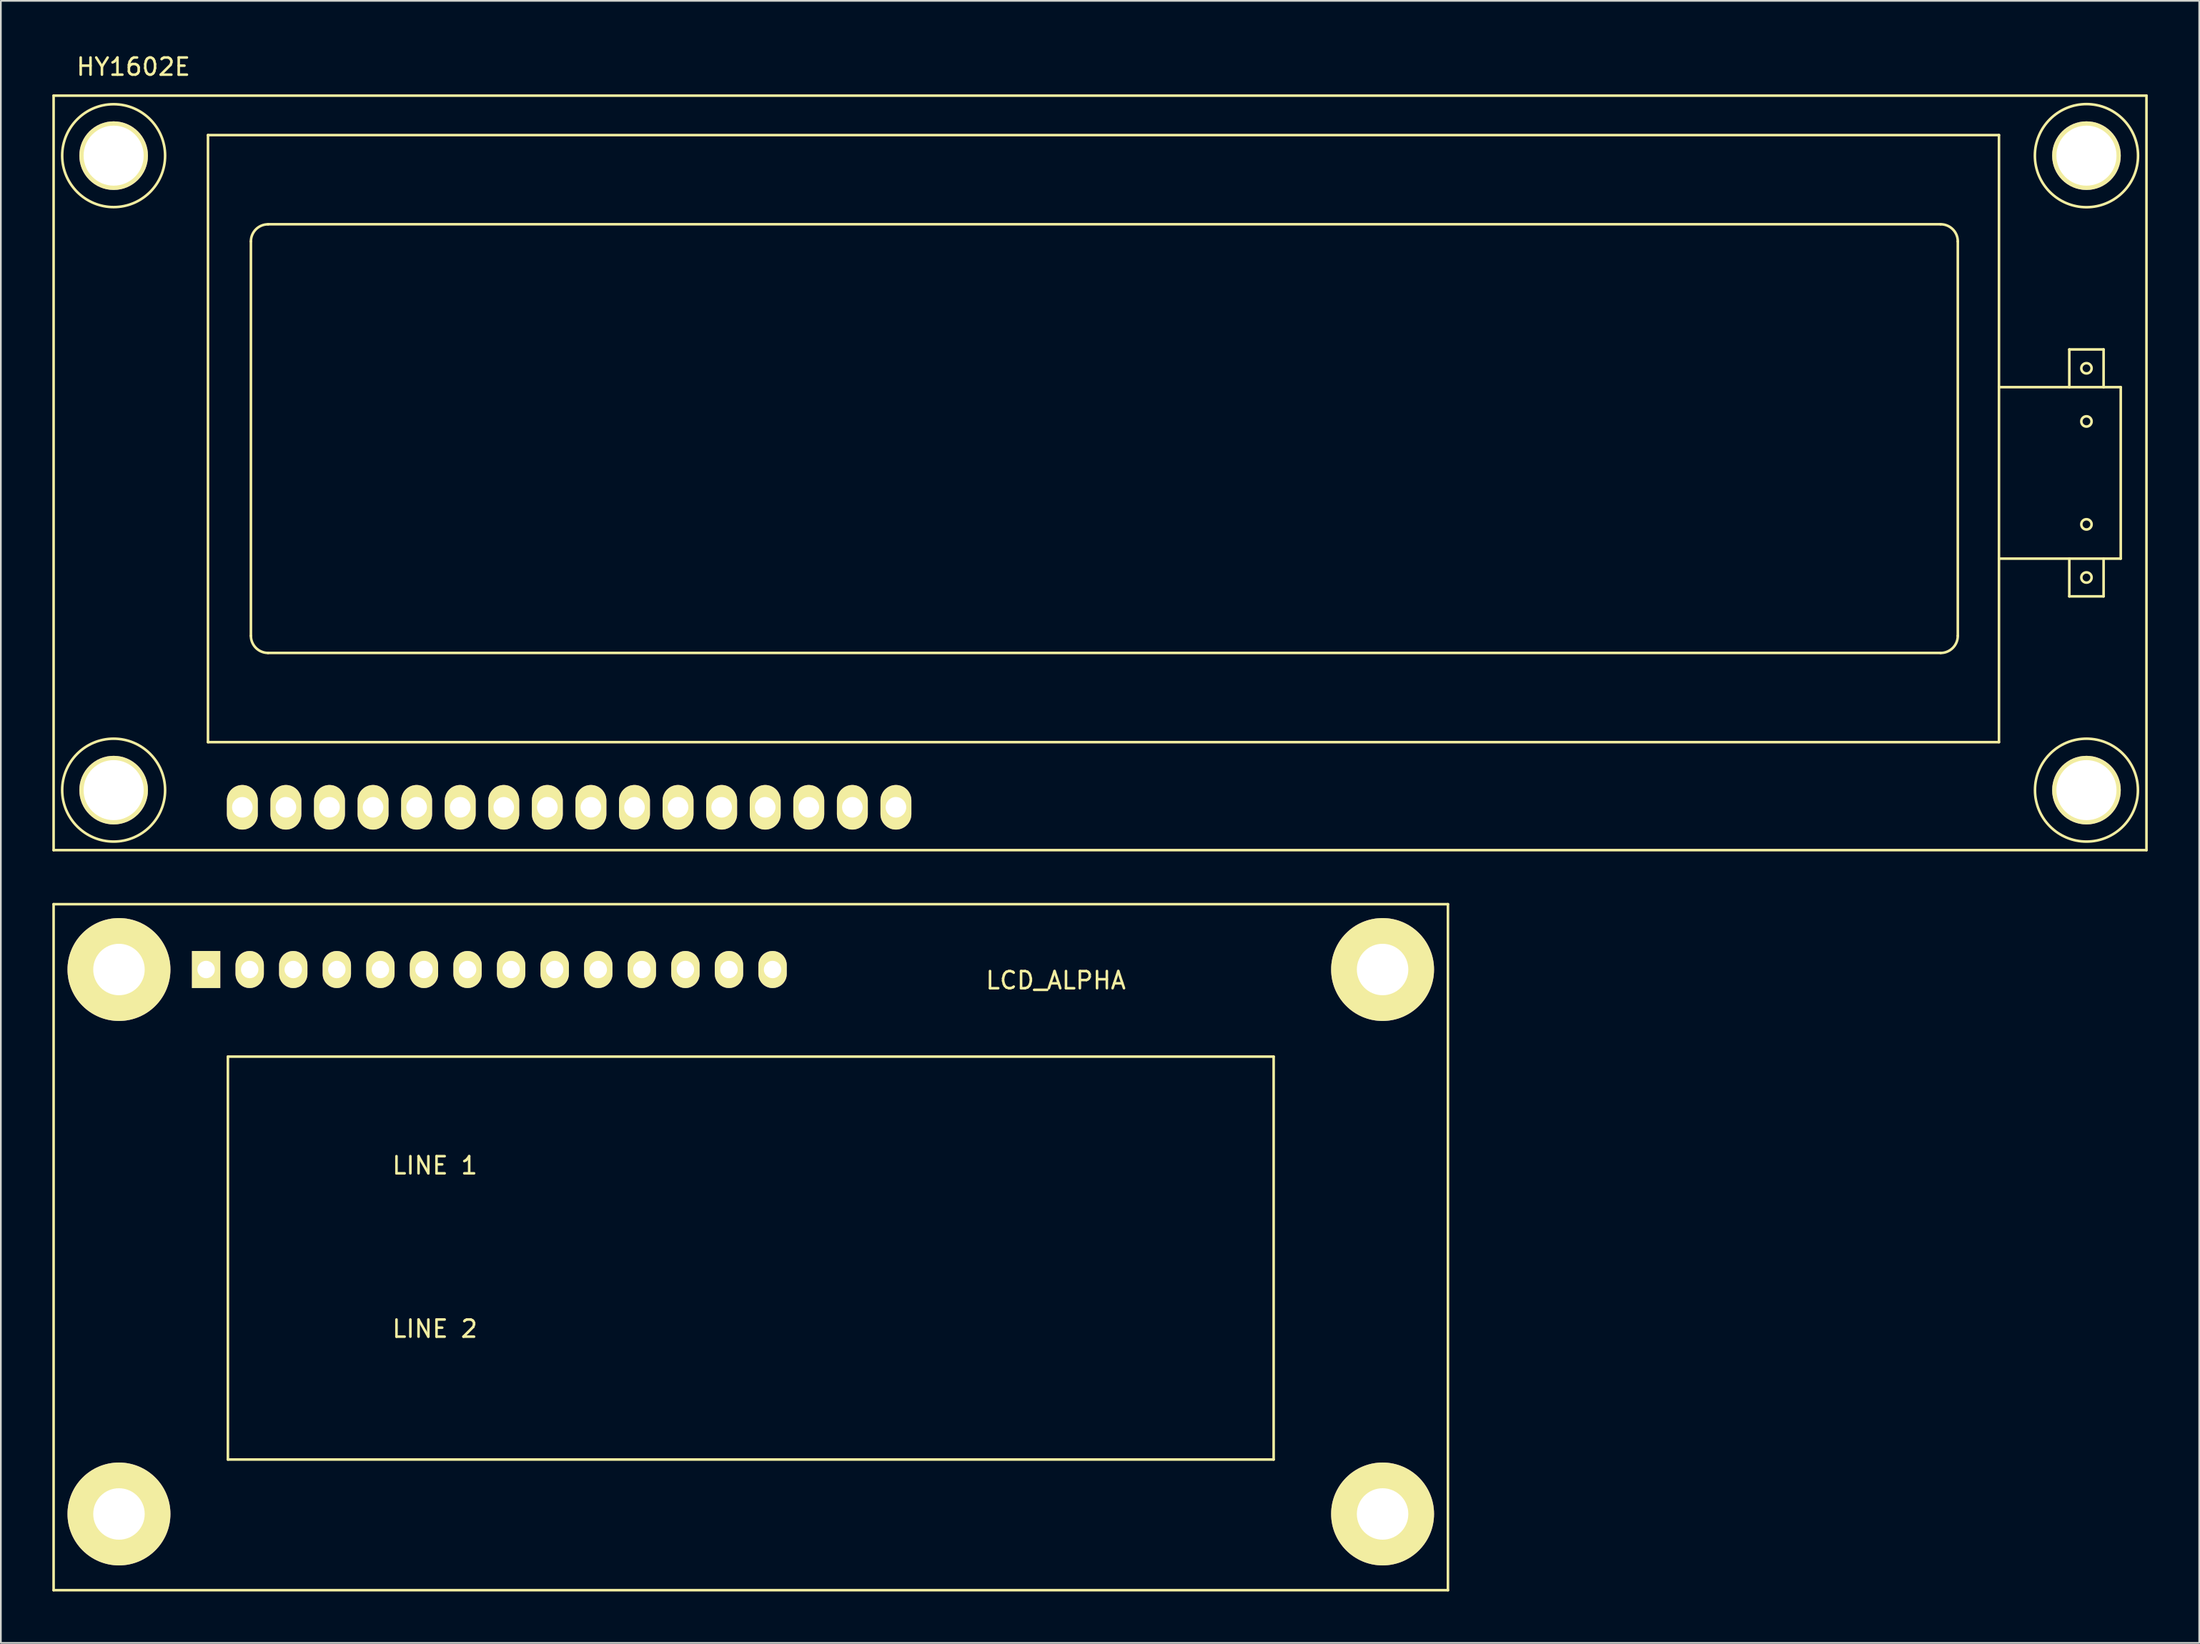
<source format=kicad_pcb>
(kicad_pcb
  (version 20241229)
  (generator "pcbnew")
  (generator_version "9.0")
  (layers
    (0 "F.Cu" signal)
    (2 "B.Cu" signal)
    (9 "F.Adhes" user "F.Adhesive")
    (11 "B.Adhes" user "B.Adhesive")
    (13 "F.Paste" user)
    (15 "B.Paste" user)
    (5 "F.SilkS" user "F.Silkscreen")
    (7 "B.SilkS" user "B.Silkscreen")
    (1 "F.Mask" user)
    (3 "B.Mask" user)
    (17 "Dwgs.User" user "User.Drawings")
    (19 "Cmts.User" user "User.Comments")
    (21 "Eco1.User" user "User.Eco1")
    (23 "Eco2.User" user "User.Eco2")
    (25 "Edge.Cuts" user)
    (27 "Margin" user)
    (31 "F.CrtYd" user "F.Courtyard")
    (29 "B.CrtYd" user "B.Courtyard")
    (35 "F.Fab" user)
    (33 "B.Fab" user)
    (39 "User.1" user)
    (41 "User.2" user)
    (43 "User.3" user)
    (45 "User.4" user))
  (footprint "HY1602E"
    (layer "F.Cu")
    (at 49.176 44.028)
    (property "Reference" "HY1602E" (at -44.45 -43.18 0) (layer "F.SilkS") (effects (font (size 1 1) (thickness 0.15))))
    (attr through_hole)
    (fp_line (start -49.101 -41.501) (end -49.101 2.499) (stroke (width 0.15) (type solid)) (layer "F.SilkS"))
    (fp_line (start -49.101 2.499) (end 72.898 2.499) (stroke (width 0.15) (type solid)) (layer "F.SilkS"))
    (fp_line (start -40.102 -39.2) (end 64.3 -39.2) (stroke (width 0.15) (type solid)) (layer "F.SilkS"))
    (fp_line (start -40.102 -3.8) (end -40.102 -39.2) (stroke (width 0.15) (type solid)) (layer "F.SilkS"))
    (fp_line (start -37.6 -10) (end -37.6 -33) (stroke (width 0.15) (type solid)) (layer "F.SilkS"))
    (fp_line (start -36.601 -34) (end 60.899 -34) (stroke (width 0.15) (type solid)) (layer "F.SilkS"))
    (fp_line (start 60.899 -9.002) (end -36.601 -9.002) (stroke (width 0.15) (type solid)) (layer "F.SilkS"))
    (fp_line (start 61.9 -33) (end 61.9 -10) (stroke (width 0.15) (type solid)) (layer "F.SilkS"))
    (fp_line (start 64.3 -39.2) (end 64.3 -3.8) (stroke (width 0.15) (type solid)) (layer "F.SilkS"))
    (fp_line (start 64.3 -24.501) (end 71.399 -24.501) (stroke (width 0.15) (type solid)) (layer "F.SilkS"))
    (fp_line (start 64.3 -3.8) (end -40.102 -3.8) (stroke (width 0.15) (type solid)) (layer "F.SilkS"))
    (fp_line (start 68.4 -26.7) (end 70.399 -26.7) (stroke (width 0.15) (type solid)) (layer "F.SilkS"))
    (fp_line (start 68.4 -24.501) (end 68.4 -26.7) (stroke (width 0.15) (type solid)) (layer "F.SilkS"))
    (fp_line (start 68.4 -14.501) (end 68.4 -12.301) (stroke (width 0.15) (type solid)) (layer "F.SilkS"))
    (fp_line (start 68.4 -12.301) (end 70.399 -12.301) (stroke (width 0.15) (type solid)) (layer "F.SilkS"))
    (fp_line (start 70.399 -26.7) (end 70.399 -24.501) (stroke (width 0.15) (type solid)) (layer "F.SilkS"))
    (fp_line (start 70.399 -12.301) (end 70.399 -14.501) (stroke (width 0.15) (type solid)) (layer "F.SilkS"))
    (fp_line (start 71.399 -24.501) (end 71.399 -14.501) (stroke (width 0.15) (type solid)) (layer "F.SilkS"))
    (fp_line (start 71.399 -14.501) (end 64.3 -14.501) (stroke (width 0.15) (type solid)) (layer "F.SilkS"))
    (fp_line (start 72.898 -41.501) (end -49.101 -41.501) (stroke (width 0.15) (type solid)) (layer "F.SilkS"))
    (fp_line (start 72.898 2.499) (end 72.898 -41.501) (stroke (width 0.15) (type solid)) (layer "F.SilkS"))
    (fp_arc (start -37.59962 -32.99968) (mid -37.307248 -33.705528) (end -36.6014 -33.9979) (stroke (width 0.15) (type solid)) (layer "F.SilkS"))
    (fp_arc (start -36.6014 -9.00176) (mid -37.307248 -9.294132) (end -37.59962 -9.99998) (stroke (width 0.15) (type solid)) (layer "F.SilkS"))
    (fp_arc (start 60.89904 -34.00044) (mid 61.606684 -33.707324) (end 61.8998 -32.99968) (stroke (width 0.15) (type solid)) (layer "F.SilkS"))
    (fp_arc (start 61.8998 -9.99998) (mid 61.606684 -9.292336) (end 60.89904 -8.99922) (stroke (width 0.15) (type solid)) (layer "F.SilkS"))
    (fp_circle (center -45.601 -38.001) (end -42.601 -38.001) (stroke (width 0.15) (type solid)) (fill no) (layer "F.SilkS"))
    (fp_circle (center -45.601 -1.001) (end -42.601 -1.001) (stroke (width 0.15) (type solid)) (fill no) (layer "F.SilkS"))
    (fp_circle (center 69.4 -38.001) (end 72.4 -37.8) (stroke (width 0.15) (type solid)) (fill no) (layer "F.SilkS"))
    (fp_circle (center 69.4 -25.601) (end 69.7 -25.601) (stroke (width 0.15) (type solid)) (fill no) (layer "F.SilkS"))
    (fp_circle (center 69.4 -22.502) (end 69.7 -22.502) (stroke (width 0.15) (type solid)) (fill no) (layer "F.SilkS"))
    (fp_circle (center 69.4 -16.5) (end 69.7 -16.5) (stroke (width 0.15) (type solid)) (fill no) (layer "F.SilkS"))
    (fp_circle (center 69.4 -13.401) (end 69.7 -13.401) (stroke (width 0.15) (type solid)) (fill no) (layer "F.SilkS"))
    (fp_circle (center 69.4 -1.001) (end 72.4 -1.001) (stroke (width 0.15) (type solid)) (fill no) (layer "F.SilkS"))
    (pad "0" thru_hole circle (at -45.601 -38.001) (size 4 4) (drill 3.5) (layers "*.Cu" "*.Mask" "F.SilkS"))
    (pad "0" thru_hole circle (at -45.601 -1.001) (size 4 4) (drill 3.5) (layers "*.Cu" "*.Mask" "F.SilkS"))
    (pad "0" thru_hole circle (at 69.4 -38.001) (size 4 4) (drill 3.5) (layers "*.Cu" "*.Mask" "F.SilkS"))
    (pad "0" thru_hole circle (at 69.4 -1.001) (size 4 4) (drill 3.5) (layers "*.Cu" "*.Mask" "F.SilkS"))
    (pad "1" thru_hole oval (at 0 0) (size 1.8 2.6) (drill 1.2) (layers "*.Cu" "*.Mask" "F.SilkS"))
    (pad "2" thru_hole oval (at -2.54 0) (size 1.8 2.6) (drill 1.2) (layers "*.Cu" "*.Mask" "F.SilkS"))
    (pad "3" thru_hole oval (at -5.08 0) (size 1.8 2.6) (drill 1.2) (layers "*.Cu" "*.Mask" "F.SilkS"))
    (pad "4" thru_hole oval (at -7.62 0) (size 1.8 2.6) (drill 1.2) (layers "*.Cu" "*.Mask" "F.SilkS"))
    (pad "5" thru_hole oval (at -10.16 0) (size 1.8 2.6) (drill 1.2) (layers "*.Cu" "*.Mask" "F.SilkS"))
    (pad "6" thru_hole oval (at -12.7 0) (size 1.8 2.6) (drill 1.2) (layers "*.Cu" "*.Mask" "F.SilkS"))
    (pad "7" thru_hole oval (at -15.24 0) (size 1.8 2.6) (drill 1.2) (layers "*.Cu" "*.Mask" "F.SilkS"))
    (pad "8" thru_hole oval (at -17.78 0) (size 1.8 2.6) (drill 1.2) (layers "*.Cu" "*.Mask" "F.SilkS"))
    (pad "9" thru_hole oval (at -20.32 0) (size 1.8 2.6) (drill 1.2) (layers "*.Cu" "*.Mask" "F.SilkS"))
    (pad "10" thru_hole oval (at -22.86 0) (size 1.8 2.6) (drill 1.2) (layers "*.Cu" "*.Mask" "F.SilkS"))
    (pad "11" thru_hole oval (at -25.4 0) (size 1.8 2.6) (drill 1.2) (layers "*.Cu" "*.Mask" "F.SilkS"))
    (pad "12" thru_hole oval (at -27.94 0) (size 1.8 2.6) (drill 1.2) (layers "*.Cu" "*.Mask" "F.SilkS"))
    (pad "13" thru_hole oval (at -30.48 0) (size 1.8 2.6) (drill 1.2) (layers "*.Cu" "*.Mask" "F.SilkS"))
    (pad "14" thru_hole oval (at -33.02 0) (size 1.8 2.6) (drill 1.2) (layers "*.Cu" "*.Mask" "F.SilkS"))
    (pad "15" thru_hole oval (at -35.56 0) (size 1.8 2.6) (drill 1.2) (layers "*.Cu" "*.Mask" "F.SilkS"))
    (pad "16" thru_hole oval (at -38.1 0) (size 1.8 2.6) (drill 1.2) (layers "*.Cu" "*.Mask" "F.SilkS")))
  (footprint "LCD_ALPHA"
    (layer "F.Cu")
    (at 25.475 53.488)
    (property "Reference" "LCD_ALPHA" (at 33.02 0.635 0) (layer "F.SilkS") (effects (font (size 1 1) (thickness 0.15))))
    (attr through_hole)
    (fp_line (start -25.4 -3.81) (end 55.88 -3.81) (stroke (width 0.15) (type solid)) (layer "F.SilkS"))
    (fp_line (start -25.4 36.195) (end -25.4 -3.81) (stroke (width 0.15) (type solid)) (layer "F.SilkS"))
    (fp_line (start -15.24 5.08) (end 45.72 5.08) (stroke (width 0.15) (type solid)) (layer "F.SilkS"))
    (fp_line (start -15.24 28.575) (end -15.24 5.08) (stroke (width 0.15) (type solid)) (layer "F.SilkS"))
    (fp_line (start 45.72 5.08) (end 45.72 28.575) (stroke (width 0.15) (type solid)) (layer "F.SilkS"))
    (fp_line (start 45.72 28.575) (end -15.24 28.575) (stroke (width 0.15) (type solid)) (layer "F.SilkS"))
    (fp_line (start 55.88 -3.81) (end 55.88 36.195) (stroke (width 0.15) (type solid)) (layer "F.SilkS"))
    (fp_line (start 55.88 36.195) (end -25.4 36.195) (stroke (width 0.15) (type solid)) (layer "F.SilkS"))
    (fp_text user "LINE 2" (at -3.175 20.955 0) (layer "F.SilkS") (effects (font (size 1 1) (thickness 0.15))))
    (fp_text user "LINE 1" (at -3.175 11.43 0) (layer "F.SilkS") (effects (font (size 1 1) (thickness 0.15))))
    (pad "" thru_hole circle (at -21.59 0) (size 5.999 5.999) (drill 3) (layers "*.Cu" "*.Mask" "F.SilkS"))
    (pad "" thru_hole circle (at -21.59 31.75) (size 5.999 5.999) (drill 3) (layers "*.Cu" "*.Mask" "F.SilkS"))
    (pad "" thru_hole circle (at 52.07 0) (size 5.999 5.999) (drill 3) (layers "*.Cu" "*.Mask" "F.SilkS"))
    (pad "" thru_hole circle (at 52.07 31.75) (size 5.999 5.999) (drill 3) (layers "*.Cu" "*.Mask" "F.SilkS"))
    (pad "1" thru_hole rect (at -16.51 0) (size 1.651 2.159) (drill 1.016) (layers "*.Cu" "*.Mask" "F.SilkS"))
    (pad "2" thru_hole oval (at -13.97 0) (size 1.651 2.159) (drill 1.016) (layers "*.Cu" "*.Mask" "F.SilkS"))
    (pad "3" thru_hole oval (at -11.43 0) (size 1.651 2.159) (drill 1.016) (layers "*.Cu" "*.Mask" "F.SilkS"))
    (pad "4" thru_hole oval (at -8.89 0) (size 1.651 2.159) (drill 1.016) (layers "*.Cu" "*.Mask" "F.SilkS"))
    (pad "5" thru_hole oval (at -6.35 0) (size 1.651 2.159) (drill 1.016) (layers "*.Cu" "*.Mask" "F.SilkS"))
    (pad "6" thru_hole oval (at -3.81 0) (size 1.651 2.159) (drill 1.016) (layers "*.Cu" "*.Mask" "F.SilkS"))
    (pad "7" thru_hole oval (at -1.27 0) (size 1.651 2.159) (drill 1.016) (layers "*.Cu" "*.Mask" "F.SilkS"))
    (pad "8" thru_hole oval (at 1.27 0) (size 1.651 2.159) (drill 1.016) (layers "*.Cu" "*.Mask" "F.SilkS"))
    (pad "9" thru_hole oval (at 3.81 0) (size 1.651 2.159) (drill 1.016) (layers "*.Cu" "*.Mask" "F.SilkS"))
    (pad "10" thru_hole oval (at 6.35 0) (size 1.651 2.159) (drill 1.016) (layers "*.Cu" "*.Mask" "F.SilkS"))
    (pad "11" thru_hole oval (at 8.89 0) (size 1.651 2.159) (drill 1.016) (layers "*.Cu" "*.Mask" "F.SilkS"))
    (pad "12" thru_hole oval (at 11.43 0) (size 1.651 2.159) (drill 1.016) (layers "*.Cu" "*.Mask" "F.SilkS"))
    (pad "13" thru_hole oval (at 13.97 0) (size 1.651 2.159) (drill 1.016) (layers "*.Cu" "*.Mask" "F.SilkS"))
    (pad "14" thru_hole oval (at 16.51 0) (size 1.651 2.159) (drill 1.016) (layers "*.Cu" "*.Mask" "F.SilkS")))
  (gr_rect
    (start -3 -3)
    (end 125.149 92.758)
    (stroke (width 0.1) (type default))
    (fill no)
    (layer "Edge.Cuts")))
</source>
